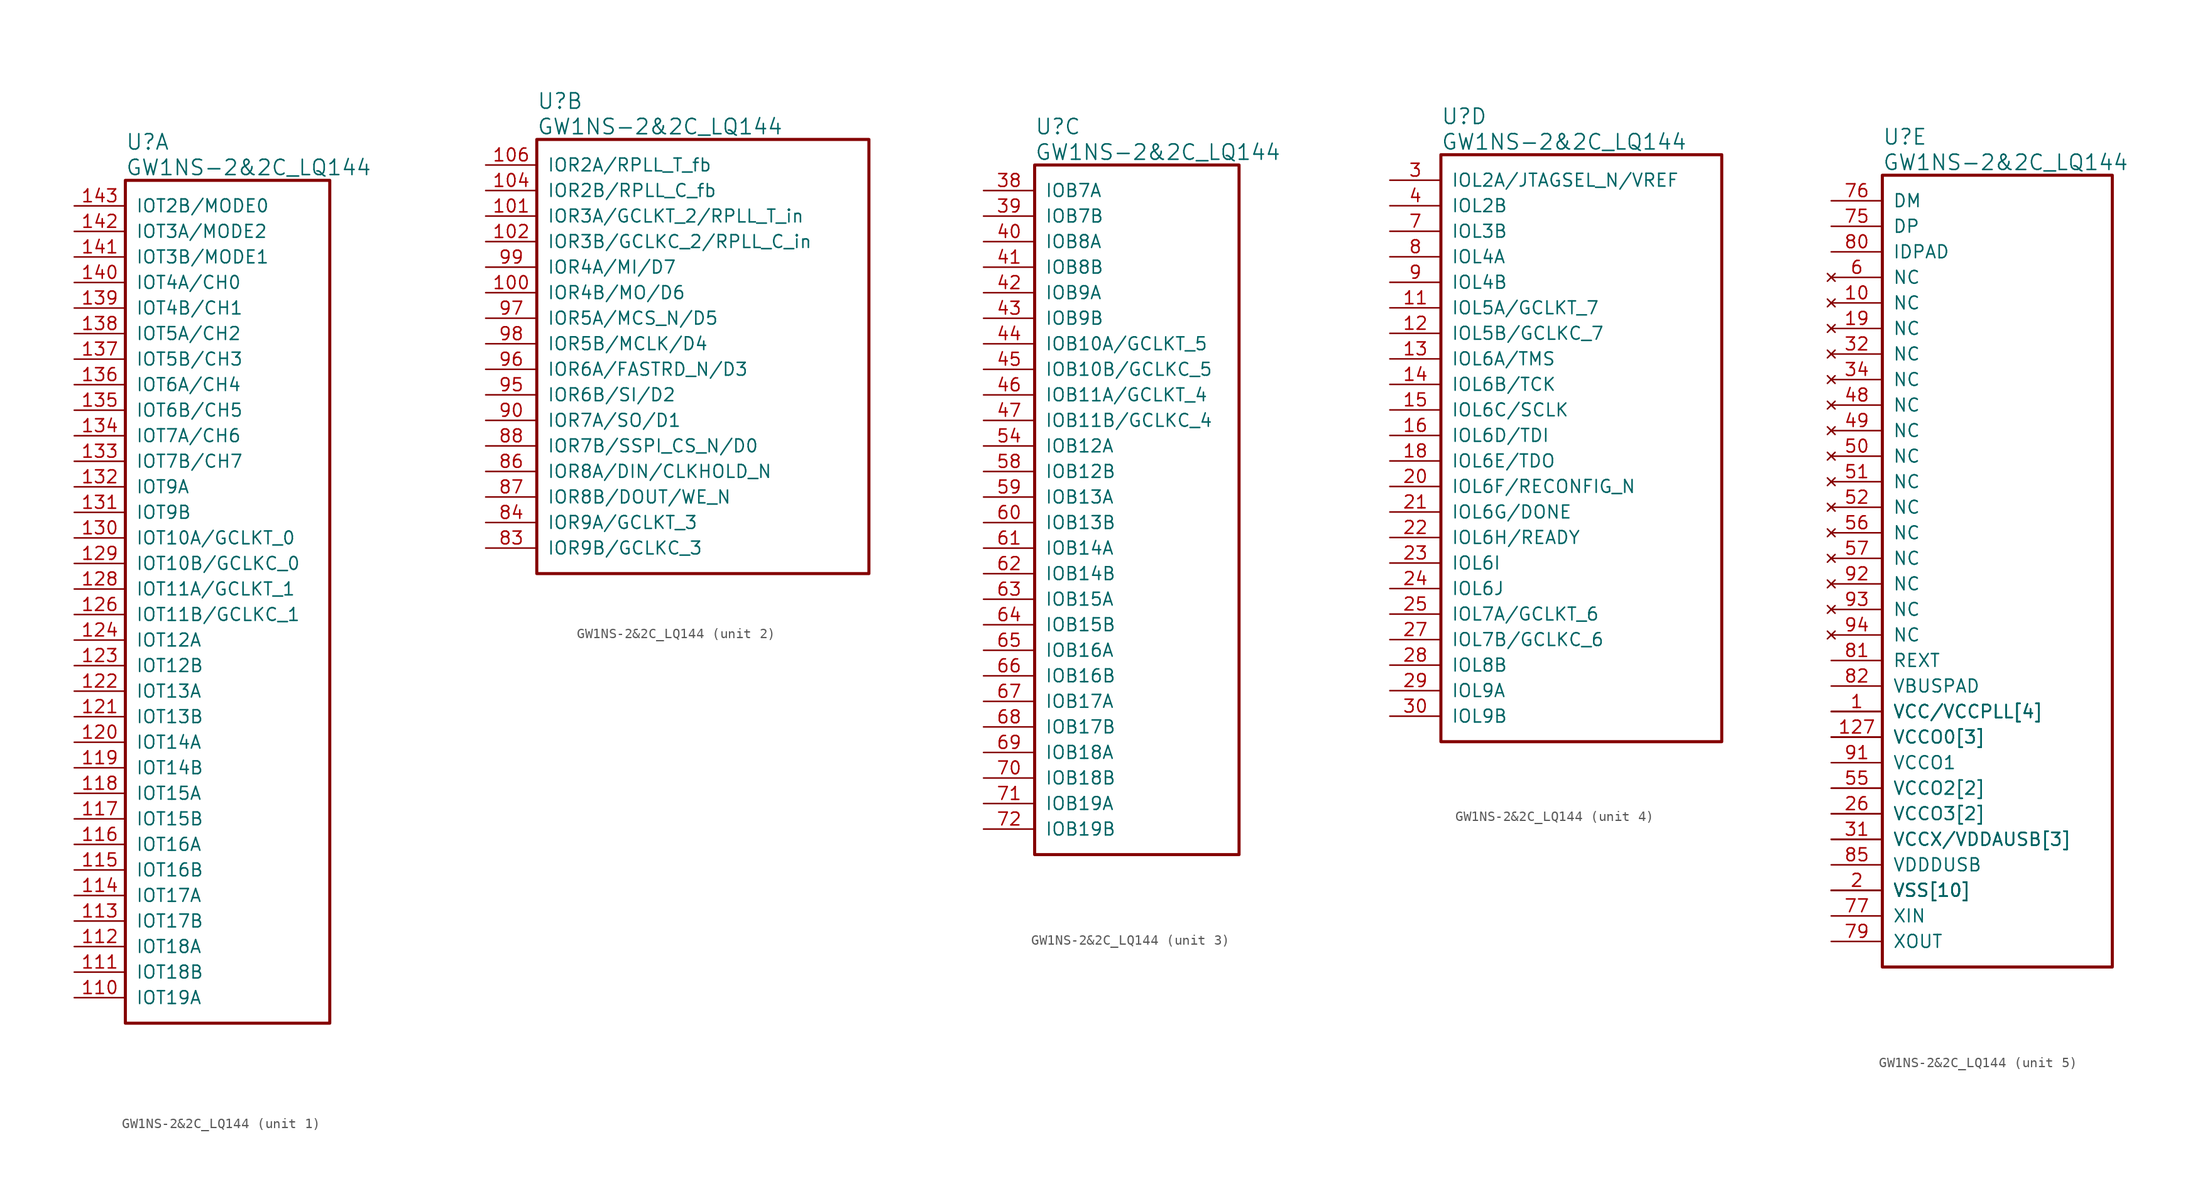
<source format=kicad_sym>
(kicad_symbol_lib
  (version 20241209)
  (generator "kicad_symbol_editor")
  (generator_version "9.0")
  (symbol "GW1NS-2&2C_LQ144"
    (pin_names
      (offset 1.016))
    (property "Reference" "U"
      (at 5.08 6.35 0)
      (effects (font (size 1.524 1.524)) (justify left)))
    (property "Value" "GW1NS-2&2C_LQ144"
      (at 5.08 3.81 0)
      (effects (font (size 1.524 1.524)) (justify left)))
    (property "ki_locked" ""
      (at 0 0 0)
      (effects (font (size 1.27 1.27))))
    (symbol "GW1NS-2&2C_LQ144_1_1"
      (rectangle (start 5.08 2.54) (end 25.4 -81.28) (stroke (width 0.305) (type solid)) (fill (type none)))
      (pin bidirectional line (at 0 0 0) (length 5.08) (name "IOT2B/MODE0" (effects (font (size 1.27 1.27)))) (number "143" (effects (font (size 1.27 1.27)))))
      (pin bidirectional line (at 0 -2.54 0) (length 5.08) (name "IOT3A/MODE2" (effects (font (size 1.27 1.27)))) (number "142" (effects (font (size 1.27 1.27)))))
      (pin bidirectional line (at 0 -5.08 0) (length 5.08) (name "IOT3B/MODE1" (effects (font (size 1.27 1.27)))) (number "141" (effects (font (size 1.27 1.27)))))
      (pin bidirectional line (at 0 -7.62 0) (length 5.08) (name "IOT4A/CH0" (effects (font (size 1.27 1.27)))) (number "140" (effects (font (size 1.27 1.27)))))
      (pin bidirectional line (at 0 -10.16 0) (length 5.08) (name "IOT4B/CH1" (effects (font (size 1.27 1.27)))) (number "139" (effects (font (size 1.27 1.27)))))
      (pin bidirectional line (at 0 -12.7 0) (length 5.08) (name "IOT5A/CH2" (effects (font (size 1.27 1.27)))) (number "138" (effects (font (size 1.27 1.27)))))
      (pin bidirectional line (at 0 -15.24 0) (length 5.08) (name "IOT5B/CH3" (effects (font (size 1.27 1.27)))) (number "137" (effects (font (size 1.27 1.27)))))
      (pin bidirectional line (at 0 -17.78 0) (length 5.08) (name "IOT6A/CH4" (effects (font (size 1.27 1.27)))) (number "136" (effects (font (size 1.27 1.27)))))
      (pin bidirectional line (at 0 -20.32 0) (length 5.08) (name "IOT6B/CH5" (effects (font (size 1.27 1.27)))) (number "135" (effects (font (size 1.27 1.27)))))
      (pin bidirectional line (at 0 -22.86 0) (length 5.08) (name "IOT7A/CH6" (effects (font (size 1.27 1.27)))) (number "134" (effects (font (size 1.27 1.27)))))
      (pin bidirectional line (at 0 -25.4 0) (length 5.08) (name "IOT7B/CH7" (effects (font (size 1.27 1.27)))) (number "133" (effects (font (size 1.27 1.27)))))
      (pin bidirectional line (at 0 -27.94 0) (length 5.08) (name "IOT9A" (effects (font (size 1.27 1.27)))) (number "132" (effects (font (size 1.27 1.27)))))
      (pin bidirectional line (at 0 -30.48 0) (length 5.08) (name "IOT9B" (effects (font (size 1.27 1.27)))) (number "131" (effects (font (size 1.27 1.27)))))
      (pin bidirectional line (at 0 -33.02 0) (length 5.08) (name "IOT10A/GCLKT_0" (effects (font (size 1.27 1.27)))) (number "130" (effects (font (size 1.27 1.27)))))
      (pin bidirectional line (at 0 -35.56 0) (length 5.08) (name "IOT10B/GCLKC_0" (effects (font (size 1.27 1.27)))) (number "129" (effects (font (size 1.27 1.27)))))
      (pin bidirectional line (at 0 -38.1 0) (length 5.08) (name "IOT11A/GCLKT_1" (effects (font (size 1.27 1.27)))) (number "128" (effects (font (size 1.27 1.27)))))
      (pin bidirectional line (at 0 -40.64 0) (length 5.08) (name "IOT11B/GCLKC_1" (effects (font (size 1.27 1.27)))) (number "126" (effects (font (size 1.27 1.27)))))
      (pin bidirectional line (at 0 -43.18 0) (length 5.08) (name "IOT12A" (effects (font (size 1.27 1.27)))) (number "124" (effects (font (size 1.27 1.27)))))
      (pin bidirectional line (at 0 -45.72 0) (length 5.08) (name "IOT12B" (effects (font (size 1.27 1.27)))) (number "123" (effects (font (size 1.27 1.27)))))
      (pin bidirectional line (at 0 -48.26 0) (length 5.08) (name "IOT13A" (effects (font (size 1.27 1.27)))) (number "122" (effects (font (size 1.27 1.27)))))
      (pin bidirectional line (at 0 -50.8 0) (length 5.08) (name "IOT13B" (effects (font (size 1.27 1.27)))) (number "121" (effects (font (size 1.27 1.27)))))
      (pin bidirectional line (at 0 -53.34 0) (length 5.08) (name "IOT14A" (effects (font (size 1.27 1.27)))) (number "120" (effects (font (size 1.27 1.27)))))
      (pin bidirectional line (at 0 -55.88 0) (length 5.08) (name "IOT14B" (effects (font (size 1.27 1.27)))) (number "119" (effects (font (size 1.27 1.27)))))
      (pin bidirectional line (at 0 -58.42 0) (length 5.08) (name "IOT15A" (effects (font (size 1.27 1.27)))) (number "118" (effects (font (size 1.27 1.27)))))
      (pin bidirectional line (at 0 -60.96 0) (length 5.08) (name "IOT15B" (effects (font (size 1.27 1.27)))) (number "117" (effects (font (size 1.27 1.27)))))
      (pin bidirectional line (at 0 -63.5 0) (length 5.08) (name "IOT16A" (effects (font (size 1.27 1.27)))) (number "116" (effects (font (size 1.27 1.27)))))
      (pin bidirectional line (at 0 -66.04 0) (length 5.08) (name "IOT16B" (effects (font (size 1.27 1.27)))) (number "115" (effects (font (size 1.27 1.27)))))
      (pin bidirectional line (at 0 -68.58 0) (length 5.08) (name "IOT17A" (effects (font (size 1.27 1.27)))) (number "114" (effects (font (size 1.27 1.27)))))
      (pin bidirectional line (at 0 -71.12 0) (length 5.08) (name "IOT17B" (effects (font (size 1.27 1.27)))) (number "113" (effects (font (size 1.27 1.27)))))
      (pin bidirectional line (at 0 -73.66 0) (length 5.08) (name "IOT18A" (effects (font (size 1.27 1.27)))) (number "112" (effects (font (size 1.27 1.27)))))
      (pin bidirectional line (at 0 -76.2 0) (length 5.08) (name "IOT18B" (effects (font (size 1.27 1.27)))) (number "111" (effects (font (size 1.27 1.27)))))
      (pin bidirectional line (at 0 -78.74 0) (length 5.08) (name "IOT19A" (effects (font (size 1.27 1.27)))) (number "110" (effects (font (size 1.27 1.27))))))
    (symbol "GW1NS-2&2C_LQ144_2_1"
      (rectangle (start 5.08 2.54) (end 38.1 -40.64) (stroke (width 0.305) (type solid)) (fill (type none)))
      (pin bidirectional line (at 0 0 0) (length 5.08) (name "IOR2A/RPLL_T_fb" (effects (font (size 1.27 1.27)))) (number "106" (effects (font (size 1.27 1.27)))))
      (pin bidirectional line (at 0 -2.54 0) (length 5.08) (name "IOR2B/RPLL_C_fb" (effects (font (size 1.27 1.27)))) (number "104" (effects (font (size 1.27 1.27)))))
      (pin bidirectional line (at 0 -5.08 0) (length 5.08) (name "IOR3A/GCLKT_2/RPLL_T_in" (effects (font (size 1.27 1.27)))) (number "101" (effects (font (size 1.27 1.27)))))
      (pin bidirectional line (at 0 -7.62 0) (length 5.08) (name "IOR3B/GCLKC_2/RPLL_C_in" (effects (font (size 1.27 1.27)))) (number "102" (effects (font (size 1.27 1.27)))))
      (pin bidirectional line (at 0 -10.16 0) (length 5.08) (name "IOR4A/MI/D7" (effects (font (size 1.27 1.27)))) (number "99" (effects (font (size 1.27 1.27)))))
      (pin bidirectional line (at 0 -12.7 0) (length 5.08) (name "IOR4B/MO/D6" (effects (font (size 1.27 1.27)))) (number "100" (effects (font (size 1.27 1.27)))))
      (pin bidirectional line (at 0 -15.24 0) (length 5.08) (name "IOR5A/MCS_N/D5" (effects (font (size 1.27 1.27)))) (number "97" (effects (font (size 1.27 1.27)))))
      (pin bidirectional line (at 0 -17.78 0) (length 5.08) (name "IOR5B/MCLK/D4" (effects (font (size 1.27 1.27)))) (number "98" (effects (font (size 1.27 1.27)))))
      (pin bidirectional line (at 0 -20.32 0) (length 5.08) (name "IOR6A/FASTRD_N/D3" (effects (font (size 1.27 1.27)))) (number "96" (effects (font (size 1.27 1.27)))))
      (pin bidirectional line (at 0 -22.86 0) (length 5.08) (name "IOR6B/SI/D2" (effects (font (size 1.27 1.27)))) (number "95" (effects (font (size 1.27 1.27)))))
      (pin bidirectional line (at 0 -25.4 0) (length 5.08) (name "IOR7A/SO/D1" (effects (font (size 1.27 1.27)))) (number "90" (effects (font (size 1.27 1.27)))))
      (pin bidirectional line (at 0 -27.94 0) (length 5.08) (name "IOR7B/SSPI_CS_N/D0" (effects (font (size 1.27 1.27)))) (number "88" (effects (font (size 1.27 1.27)))))
      (pin bidirectional line (at 0 -30.48 0) (length 5.08) (name "IOR8A/DIN/CLKHOLD_N" (effects (font (size 1.27 1.27)))) (number "86" (effects (font (size 1.27 1.27)))))
      (pin bidirectional line (at 0 -33.02 0) (length 5.08) (name "IOR8B/DOUT/WE_N" (effects (font (size 1.27 1.27)))) (number "87" (effects (font (size 1.27 1.27)))))
      (pin bidirectional line (at 0 -35.56 0) (length 5.08) (name "IOR9A/GCLKT_3" (effects (font (size 1.27 1.27)))) (number "84" (effects (font (size 1.27 1.27)))))
      (pin bidirectional line (at 0 -38.1 0) (length 5.08) (name "IOR9B/GCLKC_3" (effects (font (size 1.27 1.27)))) (number "83" (effects (font (size 1.27 1.27))))))
    (symbol "GW1NS-2&2C_LQ144_3_1"
      (rectangle (start 5.08 2.54) (end 25.4 -66.04) (stroke (width 0.305) (type solid)) (fill (type none)))
      (pin bidirectional line (at 0 0 0) (length 5.08) (name "IOB7A" (effects (font (size 1.27 1.27)))) (number "38" (effects (font (size 1.27 1.27)))))
      (pin bidirectional line (at 0 -2.54 0) (length 5.08) (name "IOB7B" (effects (font (size 1.27 1.27)))) (number "39" (effects (font (size 1.27 1.27)))))
      (pin bidirectional line (at 0 -5.08 0) (length 5.08) (name "IOB8A" (effects (font (size 1.27 1.27)))) (number "40" (effects (font (size 1.27 1.27)))))
      (pin bidirectional line (at 0 -7.62 0) (length 5.08) (name "IOB8B" (effects (font (size 1.27 1.27)))) (number "41" (effects (font (size 1.27 1.27)))))
      (pin bidirectional line (at 0 -10.16 0) (length 5.08) (name "IOB9A" (effects (font (size 1.27 1.27)))) (number "42" (effects (font (size 1.27 1.27)))))
      (pin bidirectional line (at 0 -12.7 0) (length 5.08) (name "IOB9B" (effects (font (size 1.27 1.27)))) (number "43" (effects (font (size 1.27 1.27)))))
      (pin bidirectional line (at 0 -15.24 0) (length 5.08) (name "IOB10A/GCLKT_5" (effects (font (size 1.27 1.27)))) (number "44" (effects (font (size 1.27 1.27)))))
      (pin bidirectional line (at 0 -17.78 0) (length 5.08) (name "IOB10B/GCLKC_5" (effects (font (size 1.27 1.27)))) (number "45" (effects (font (size 1.27 1.27)))))
      (pin bidirectional line (at 0 -20.32 0) (length 5.08) (name "IOB11A/GCLKT_4" (effects (font (size 1.27 1.27)))) (number "46" (effects (font (size 1.27 1.27)))))
      (pin bidirectional line (at 0 -22.86 0) (length 5.08) (name "IOB11B/GCLKC_4" (effects (font (size 1.27 1.27)))) (number "47" (effects (font (size 1.27 1.27)))))
      (pin bidirectional line (at 0 -25.4 0) (length 5.08) (name "IOB12A" (effects (font (size 1.27 1.27)))) (number "54" (effects (font (size 1.27 1.27)))))
      (pin bidirectional line (at 0 -27.94 0) (length 5.08) (name "IOB12B" (effects (font (size 1.27 1.27)))) (number "58" (effects (font (size 1.27 1.27)))))
      (pin bidirectional line (at 0 -30.48 0) (length 5.08) (name "IOB13A" (effects (font (size 1.27 1.27)))) (number "59" (effects (font (size 1.27 1.27)))))
      (pin bidirectional line (at 0 -33.02 0) (length 5.08) (name "IOB13B" (effects (font (size 1.27 1.27)))) (number "60" (effects (font (size 1.27 1.27)))))
      (pin bidirectional line (at 0 -35.56 0) (length 5.08) (name "IOB14A" (effects (font (size 1.27 1.27)))) (number "61" (effects (font (size 1.27 1.27)))))
      (pin bidirectional line (at 0 -38.1 0) (length 5.08) (name "IOB14B" (effects (font (size 1.27 1.27)))) (number "62" (effects (font (size 1.27 1.27)))))
      (pin bidirectional line (at 0 -40.64 0) (length 5.08) (name "IOB15A" (effects (font (size 1.27 1.27)))) (number "63" (effects (font (size 1.27 1.27)))))
      (pin bidirectional line (at 0 -43.18 0) (length 5.08) (name "IOB15B" (effects (font (size 1.27 1.27)))) (number "64" (effects (font (size 1.27 1.27)))))
      (pin bidirectional line (at 0 -45.72 0) (length 5.08) (name "IOB16A" (effects (font (size 1.27 1.27)))) (number "65" (effects (font (size 1.27 1.27)))))
      (pin bidirectional line (at 0 -48.26 0) (length 5.08) (name "IOB16B" (effects (font (size 1.27 1.27)))) (number "66" (effects (font (size 1.27 1.27)))))
      (pin bidirectional line (at 0 -50.8 0) (length 5.08) (name "IOB17A" (effects (font (size 1.27 1.27)))) (number "67" (effects (font (size 1.27 1.27)))))
      (pin bidirectional line (at 0 -53.34 0) (length 5.08) (name "IOB17B" (effects (font (size 1.27 1.27)))) (number "68" (effects (font (size 1.27 1.27)))))
      (pin bidirectional line (at 0 -55.88 0) (length 5.08) (name "IOB18A" (effects (font (size 1.27 1.27)))) (number "69" (effects (font (size 1.27 1.27)))))
      (pin bidirectional line (at 0 -58.42 0) (length 5.08) (name "IOB18B" (effects (font (size 1.27 1.27)))) (number "70" (effects (font (size 1.27 1.27)))))
      (pin bidirectional line (at 0 -60.96 0) (length 5.08) (name "IOB19A" (effects (font (size 1.27 1.27)))) (number "71" (effects (font (size 1.27 1.27)))))
      (pin bidirectional line (at 0 -63.5 0) (length 5.08) (name "IOB19B" (effects (font (size 1.27 1.27)))) (number "72" (effects (font (size 1.27 1.27))))))
    (symbol "GW1NS-2&2C_LQ144_4_1"
      (rectangle (start 5.08 2.54) (end 33.02 -55.88) (stroke (width 0.305) (type solid)) (fill (type none)))
      (pin bidirectional line (at 0 0 0) (length 5.08) (name "IOL2A/JTAGSEL_N/VREF" (effects (font (size 1.27 1.27)))) (number "3" (effects (font (size 1.27 1.27)))))
      (pin bidirectional line (at 0 -2.54 0) (length 5.08) (name "IOL2B" (effects (font (size 1.27 1.27)))) (number "4" (effects (font (size 1.27 1.27)))))
      (pin bidirectional line (at 0 -5.08 0) (length 5.08) (name "IOL3B" (effects (font (size 1.27 1.27)))) (number "7" (effects (font (size 1.27 1.27)))))
      (pin bidirectional line (at 0 -7.62 0) (length 5.08) (name "IOL4A" (effects (font (size 1.27 1.27)))) (number "8" (effects (font (size 1.27 1.27)))))
      (pin bidirectional line (at 0 -10.16 0) (length 5.08) (name "IOL4B" (effects (font (size 1.27 1.27)))) (number "9" (effects (font (size 1.27 1.27)))))
      (pin bidirectional line (at 0 -12.7 0) (length 5.08) (name "IOL5A/GCLKT_7" (effects (font (size 1.27 1.27)))) (number "11" (effects (font (size 1.27 1.27)))))
      (pin bidirectional line (at 0 -15.24 0) (length 5.08) (name "IOL5B/GCLKC_7" (effects (font (size 1.27 1.27)))) (number "12" (effects (font (size 1.27 1.27)))))
      (pin bidirectional line (at 0 -17.78 0) (length 5.08) (name "IOL6A/TMS" (effects (font (size 1.27 1.27)))) (number "13" (effects (font (size 1.27 1.27)))))
      (pin bidirectional line (at 0 -20.32 0) (length 5.08) (name "IOL6B/TCK" (effects (font (size 1.27 1.27)))) (number "14" (effects (font (size 1.27 1.27)))))
      (pin bidirectional line (at 0 -22.86 0) (length 5.08) (name "IOL6C/SCLK" (effects (font (size 1.27 1.27)))) (number "15" (effects (font (size 1.27 1.27)))))
      (pin bidirectional line (at 0 -25.4 0) (length 5.08) (name "IOL6D/TDI" (effects (font (size 1.27 1.27)))) (number "16" (effects (font (size 1.27 1.27)))))
      (pin bidirectional line (at 0 -27.94 0) (length 5.08) (name "IOL6E/TDO" (effects (font (size 1.27 1.27)))) (number "18" (effects (font (size 1.27 1.27)))))
      (pin bidirectional line (at 0 -30.48 0) (length 5.08) (name "IOL6F/RECONFIG_N" (effects (font (size 1.27 1.27)))) (number "20" (effects (font (size 1.27 1.27)))))
      (pin bidirectional line (at 0 -33.02 0) (length 5.08) (name "IOL6G/DONE" (effects (font (size 1.27 1.27)))) (number "21" (effects (font (size 1.27 1.27)))))
      (pin bidirectional line (at 0 -35.56 0) (length 5.08) (name "IOL6H/READY" (effects (font (size 1.27 1.27)))) (number "22" (effects (font (size 1.27 1.27)))))
      (pin bidirectional line (at 0 -38.1 0) (length 5.08) (name "IOL6I" (effects (font (size 1.27 1.27)))) (number "23" (effects (font (size 1.27 1.27)))))
      (pin bidirectional line (at 0 -40.64 0) (length 5.08) (name "IOL6J" (effects (font (size 1.27 1.27)))) (number "24" (effects (font (size 1.27 1.27)))))
      (pin bidirectional line (at 0 -43.18 0) (length 5.08) (name "IOL7A/GCLKT_6" (effects (font (size 1.27 1.27)))) (number "25" (effects (font (size 1.27 1.27)))))
      (pin bidirectional line (at 0 -45.72 0) (length 5.08) (name "IOL7B/GCLKC_6" (effects (font (size 1.27 1.27)))) (number "27" (effects (font (size 1.27 1.27)))))
      (pin bidirectional line (at 0 -48.26 0) (length 5.08) (name "IOL8B" (effects (font (size 1.27 1.27)))) (number "28" (effects (font (size 1.27 1.27)))))
      (pin bidirectional line (at 0 -50.8 0) (length 5.08) (name "IOL9A" (effects (font (size 1.27 1.27)))) (number "29" (effects (font (size 1.27 1.27)))))
      (pin bidirectional line (at 0 -53.34 0) (length 5.08) (name "IOL9B" (effects (font (size 1.27 1.27)))) (number "30" (effects (font (size 1.27 1.27))))))
    (symbol "GW1NS-2&2C_LQ144_5_1"
      (rectangle (start 5.08 2.54) (end 27.94 -76.2) (stroke (width 0.305) (type solid)) (fill (type none)))
      (pin power_in line (at 0 0 0) (length 5.08) (name "DM" (effects (font (size 1.27 1.27)))) (number "76" (effects (font (size 1.27 1.27)))))
      (pin power_in line (at 0 -2.54 0) (length 5.08) (name "DP" (effects (font (size 1.27 1.27)))) (number "75" (effects (font (size 1.27 1.27)))))
      (pin power_in line (at 0 -5.08 0) (length 5.08) (name "IDPAD" (effects (font (size 1.27 1.27)))) (number "80" (effects (font (size 1.27 1.27)))))
      (pin no_connect line (at 0 -7.62 0) (length 5.08) (name "NC" (effects (font (size 1.27 1.27)))) (number "6" (effects (font (size 1.27 1.27)))))
      (pin no_connect line (at 0 -10.16 0) (length 5.08) (name "NC" (effects (font (size 1.27 1.27)))) (number "10" (effects (font (size 1.27 1.27)))))
      (pin no_connect line (at 0 -12.7 0) (length 5.08) (name "NC" (effects (font (size 1.27 1.27)))) (number "19" (effects (font (size 1.27 1.27)))))
      (pin no_connect line (at 0 -15.24 0) (length 5.08) (name "NC" (effects (font (size 1.27 1.27)))) (number "32" (effects (font (size 1.27 1.27)))))
      (pin no_connect line (at 0 -17.78 0) (length 5.08) (name "NC" (effects (font (size 1.27 1.27)))) (number "34" (effects (font (size 1.27 1.27)))))
      (pin no_connect line (at 0 -20.32 0) (length 5.08) (name "NC" (effects (font (size 1.27 1.27)))) (number "48" (effects (font (size 1.27 1.27)))))
      (pin no_connect line (at 0 -22.86 0) (length 5.08) (name "NC" (effects (font (size 1.27 1.27)))) (number "49" (effects (font (size 1.27 1.27)))))
      (pin no_connect line (at 0 -25.4 0) (length 5.08) (name "NC" (effects (font (size 1.27 1.27)))) (number "50" (effects (font (size 1.27 1.27)))))
      (pin no_connect line (at 0 -27.94 0) (length 5.08) (name "NC" (effects (font (size 1.27 1.27)))) (number "51" (effects (font (size 1.27 1.27)))))
      (pin no_connect line (at 0 -30.48 0) (length 5.08) (name "NC" (effects (font (size 1.27 1.27)))) (number "52" (effects (font (size 1.27 1.27)))))
      (pin no_connect line (at 0 -33.02 0) (length 5.08) (name "NC" (effects (font (size 1.27 1.27)))) (number "56" (effects (font (size 1.27 1.27)))))
      (pin no_connect line (at 0 -35.56 0) (length 5.08) (name "NC" (effects (font (size 1.27 1.27)))) (number "57" (effects (font (size 1.27 1.27)))))
      (pin no_connect line (at 0 -38.1 0) (length 5.08) (name "NC" (effects (font (size 1.27 1.27)))) (number "92" (effects (font (size 1.27 1.27)))))
      (pin no_connect line (at 0 -40.64 0) (length 5.08) (name "NC" (effects (font (size 1.27 1.27)))) (number "93" (effects (font (size 1.27 1.27)))))
      (pin no_connect line (at 0 -43.18 0) (length 5.08) (name "NC" (effects (font (size 1.27 1.27)))) (number "94" (effects (font (size 1.27 1.27)))))
      (pin power_in line (at 0 -45.72 0) (length 5.08) (name "REXT" (effects (font (size 1.27 1.27)))) (number "81" (effects (font (size 1.27 1.27)))))
      (pin power_in line (at 0 -48.26 0) (length 5.08) (name "VBUSPAD" (effects (font (size 1.27 1.27)))) (number "82" (effects (font (size 1.27 1.27)))))
      (pin power_in line (at 0 -50.8 0) (length 5.08) (name "VCC/VCCPLL[4]" (effects (font (size 1.27 1.27)))) (number "1" (effects (font (size 1.27 1.27)))))
      (pin power_in line (at 0 -50.8 0) (length 5.08) (name "VCC/VCCPLL[4]" (effects (font (size 1.27 1.27)))) (number "108" (effects (font (size 0 0)))))
      (pin power_in line (at 0 -50.8 0) (length 5.08) (name "VCC/VCCPLL[4]" (effects (font (size 1.27 1.27)))) (number "36" (effects (font (size 0 0)))))
      (pin power_in line (at 0 -50.8 0) (length 5.08) (name "VCC/VCCPLL[4]" (effects (font (size 1.27 1.27)))) (number "73" (effects (font (size 0 0)))))
      (pin power_in line (at 0 -53.34 0) (length 5.08) (name "VCCO0[3]" (effects (font (size 1.27 1.27)))) (number "109" (effects (font (size 0 0)))))
      (pin power_in line (at 0 -53.34 0) (length 5.08) (name "VCCO0[3]" (effects (font (size 1.27 1.27)))) (number "127" (effects (font (size 1.27 1.27)))))
      (pin power_in line (at 0 -53.34 0) (length 5.08) (name "VCCO0[3]" (effects (font (size 1.27 1.27)))) (number "144" (effects (font (size 0 0)))))
      (pin power_in line (at 0 -55.88 0) (length 5.08) (name "VCCO1" (effects (font (size 1.27 1.27)))) (number "91" (effects (font (size 1.27 1.27)))))
      (pin power_in line (at 0 -58.42 0) (length 5.08) (name "VCCO2[2]" (effects (font (size 1.27 1.27)))) (number "37" (effects (font (size 0 0)))))
      (pin power_in line (at 0 -58.42 0) (length 5.08) (name "VCCO2[2]" (effects (font (size 1.27 1.27)))) (number "55" (effects (font (size 1.27 1.27)))))
      (pin power_in line (at 0 -60.96 0) (length 5.08) (name "VCCO3[2]" (effects (font (size 1.27 1.27)))) (number "26" (effects (font (size 1.27 1.27)))))
      (pin power_in line (at 0 -60.96 0) (length 5.08) (name "VCCO3[2]" (effects (font (size 1.27 1.27)))) (number "5" (effects (font (size 0 0)))))
      (pin power_in line (at 0 -63.5 0) (length 5.08) (name "VCCX/VDDAUSB[3]" (effects (font (size 1.27 1.27)))) (number "103" (effects (font (size 0 0)))))
      (pin power_in line (at 0 -63.5 0) (length 5.08) (name "VCCX/VDDAUSB[3]" (effects (font (size 1.27 1.27)))) (number "31" (effects (font (size 1.27 1.27)))))
      (pin power_in line (at 0 -63.5 0) (length 5.08) (name "VCCX/VDDAUSB[3]" (effects (font (size 1.27 1.27)))) (number "78" (effects (font (size 0 0)))))
      (pin power_in line (at 0 -66.04 0) (length 5.08) (name "VDDDUSB" (effects (font (size 1.27 1.27)))) (number "85" (effects (font (size 1.27 1.27)))))
      (pin power_in line (at 0 -68.58 0) (length 5.08) (name "VSS[10]" (effects (font (size 1.27 1.27)))) (number "105" (effects (font (size 0 0)))))
      (pin power_in line (at 0 -68.58 0) (length 5.08) (name "VSS[10]" (effects (font (size 1.27 1.27)))) (number "107" (effects (font (size 0 0)))))
      (pin power_in line (at 0 -68.58 0) (length 5.08) (name "VSS[10]" (effects (font (size 1.27 1.27)))) (number "125" (effects (font (size 0 0)))))
      (pin power_in line (at 0 -68.58 0) (length 5.08) (name "VSS[10]" (effects (font (size 1.27 1.27)))) (number "17" (effects (font (size 0 0)))))
      (pin power_in line (at 0 -68.58 0) (length 5.08) (name "VSS[10]" (effects (font (size 1.27 1.27)))) (number "2" (effects (font (size 1.27 1.27)))))
      (pin power_in line (at 0 -68.58 0) (length 5.08) (name "VSS[10]" (effects (font (size 1.27 1.27)))) (number "33" (effects (font (size 0 0)))))
      (pin power_in line (at 0 -68.58 0) (length 5.08) (name "VSS[10]" (effects (font (size 1.27 1.27)))) (number "35" (effects (font (size 0 0)))))
      (pin power_in line (at 0 -68.58 0) (length 5.08) (name "VSS[10]" (effects (font (size 1.27 1.27)))) (number "53" (effects (font (size 0 0)))))
      (pin power_in line (at 0 -68.58 0) (length 5.08) (name "VSS[10]" (effects (font (size 1.27 1.27)))) (number "74" (effects (font (size 0 0)))))
      (pin power_in line (at 0 -68.58 0) (length 5.08) (name "VSS[10]" (effects (font (size 1.27 1.27)))) (number "89" (effects (font (size 0 0)))))
      (pin power_in line (at 0 -71.12 0) (length 5.08) (name "XIN" (effects (font (size 1.27 1.27)))) (number "77" (effects (font (size 1.27 1.27)))))
      (pin power_in line (at 0 -73.66 0) (length 5.08) (name "XOUT" (effects (font (size 1.27 1.27)))) (number "79" (effects (font (size 1.27 1.27))))))))
</source>
